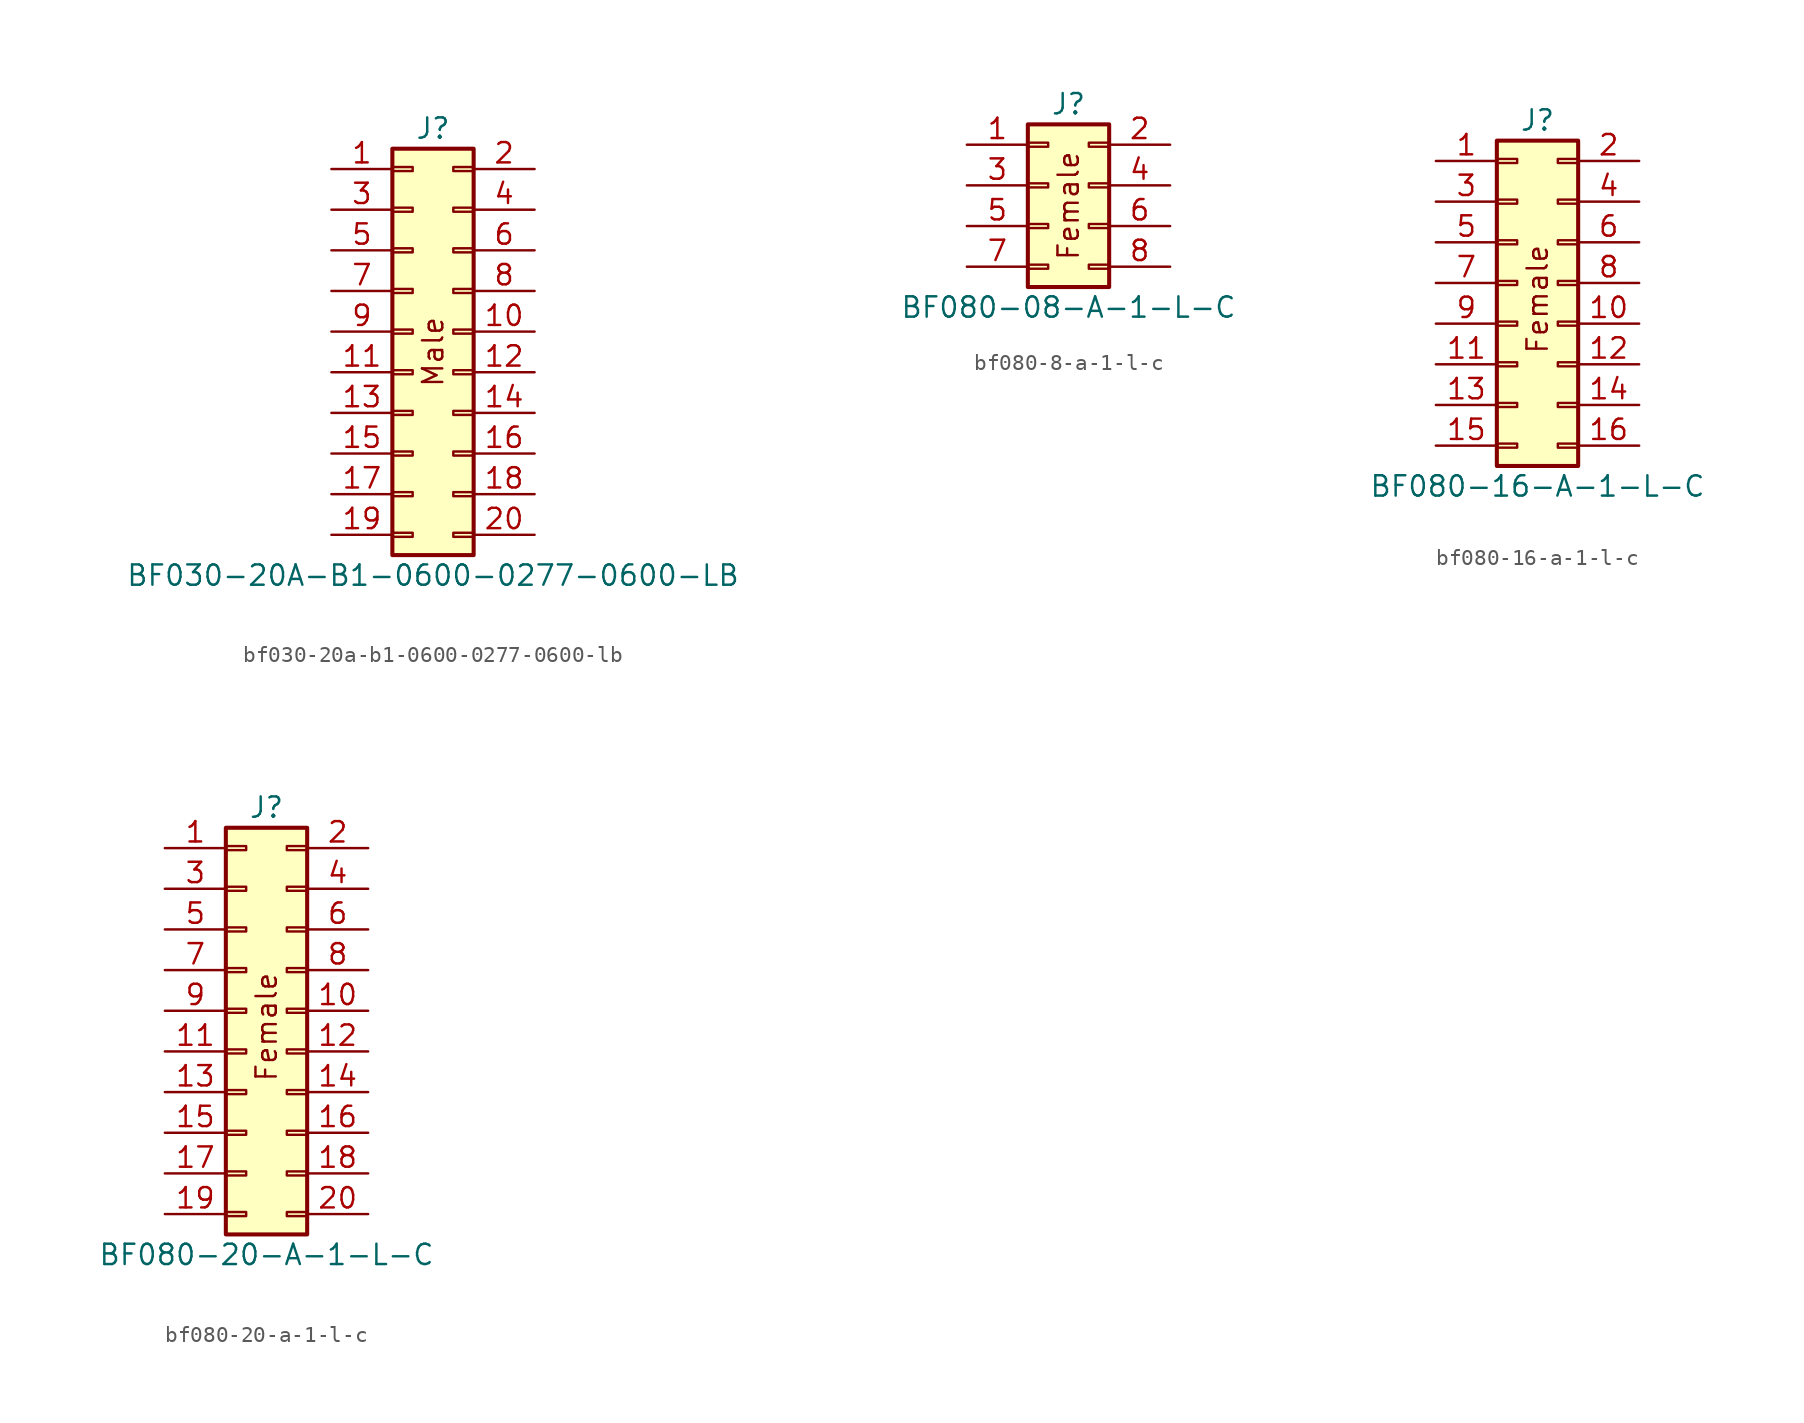
<source format=kicad_sym>
(kicad_symbol_lib
  (version 20231120)
  (generator "kicad_symbol_editor")
  (generator_version "8.0")
  (symbol "bf030-20a-b1-0600-0277-0600-lb"
    (property "Reference" "J"
      (at 0 13.97 0)
      (effects (font (size 1.27 1.27))))
    (property "Value" "BF030-20A-B1-0600-0277-0600-LB"
      (at 0 -13.97 0)
      (effects (font (size 1.27 1.27))))
    (symbol "bf030-20a-b1-0600-0277-0600-lb_1_1"
      (rectangle (start -2.54 -11.303) (end -1.27 -11.557) (stroke (width 0.152) (type default)) (fill (type none)))
      (rectangle (start -2.54 -8.763) (end -1.27 -9.017) (stroke (width 0.152) (type default)) (fill (type none)))
      (rectangle (start -2.54 -6.223) (end -1.27 -6.477) (stroke (width 0.152) (type default)) (fill (type none)))
      (rectangle (start -2.54 -3.683) (end -1.27 -3.937) (stroke (width 0.152) (type default)) (fill (type none)))
      (rectangle (start -2.54 -1.143) (end -1.27 -1.397) (stroke (width 0.152) (type default)) (fill (type none)))
      (rectangle (start -2.54 1.397) (end -1.27 1.143) (stroke (width 0.152) (type default)) (fill (type none)))
      (rectangle (start -2.54 3.937) (end -1.27 3.683) (stroke (width 0.152) (type default)) (fill (type none)))
      (rectangle (start -2.54 6.477) (end -1.27 6.223) (stroke (width 0.152) (type default)) (fill (type none)))
      (rectangle (start -2.54 9.017) (end -1.27 8.763) (stroke (width 0.152) (type default)) (fill (type none)))
      (rectangle (start -2.54 11.557) (end -1.27 11.303) (stroke (width 0.152) (type default)) (fill (type none)))
      (rectangle (start -2.54 12.7) (end 2.54 -12.7) (stroke (width 0.254) (type default)) (fill (type background)))
      (rectangle (start 2.54 -11.303) (end 1.27 -11.557) (stroke (width 0.152) (type default)) (fill (type none)))
      (rectangle (start 2.54 -8.763) (end 1.27 -9.017) (stroke (width 0.152) (type default)) (fill (type none)))
      (rectangle (start 2.54 -6.223) (end 1.27 -6.477) (stroke (width 0.152) (type default)) (fill (type none)))
      (rectangle (start 2.54 -3.683) (end 1.27 -3.937) (stroke (width 0.152) (type default)) (fill (type none)))
      (rectangle (start 2.54 -1.143) (end 1.27 -1.397) (stroke (width 0.152) (type default)) (fill (type none)))
      (rectangle (start 2.54 1.397) (end 1.27 1.143) (stroke (width 0.152) (type default)) (fill (type none)))
      (rectangle (start 2.54 3.937) (end 1.27 3.683) (stroke (width 0.152) (type default)) (fill (type none)))
      (rectangle (start 2.54 6.477) (end 1.27 6.223) (stroke (width 0.152) (type default)) (fill (type none)))
      (rectangle (start 2.54 9.017) (end 1.27 8.763) (stroke (width 0.152) (type default)) (fill (type none)))
      (rectangle (start 2.54 11.557) (end 1.27 11.303) (stroke (width 0.152) (type default)) (fill (type none)))
      (text "Male" (at 0 0 900) (effects (font (size 1.27 1.27))))
      (pin passive line (at -6.35 11.43 0) (length 3.81) (name "" (effects (font (size 1.27 1.27)))) (number "1" (effects (font (size 1.27 1.27)))))
      (pin passive line (at 6.35 1.27 180) (length 3.81) (name "" (effects (font (size 1.27 1.27)))) (number "10" (effects (font (size 1.27 1.27)))))
      (pin passive line (at -6.35 -1.27 0) (length 3.81) (name "" (effects (font (size 1.27 1.27)))) (number "11" (effects (font (size 1.27 1.27)))))
      (pin passive line (at 6.35 -1.27 180) (length 3.81) (name "" (effects (font (size 1.27 1.27)))) (number "12" (effects (font (size 1.27 1.27)))))
      (pin passive line (at -6.35 -3.81 0) (length 3.81) (name "" (effects (font (size 1.27 1.27)))) (number "13" (effects (font (size 1.27 1.27)))))
      (pin passive line (at 6.35 -3.81 180) (length 3.81) (name "" (effects (font (size 1.27 1.27)))) (number "14" (effects (font (size 1.27 1.27)))))
      (pin passive line (at -6.35 -6.35 0) (length 3.81) (name "" (effects (font (size 1.27 1.27)))) (number "15" (effects (font (size 1.27 1.27)))))
      (pin passive line (at 6.35 -6.35 180) (length 3.81) (name "" (effects (font (size 1.27 1.27)))) (number "16" (effects (font (size 1.27 1.27)))))
      (pin passive line (at -6.35 -8.89 0) (length 3.81) (name "" (effects (font (size 1.27 1.27)))) (number "17" (effects (font (size 1.27 1.27)))))
      (pin passive line (at 6.35 -8.89 180) (length 3.81) (name "" (effects (font (size 1.27 1.27)))) (number "18" (effects (font (size 1.27 1.27)))))
      (pin passive line (at -6.35 -11.43 0) (length 3.81) (name "" (effects (font (size 1.27 1.27)))) (number "19" (effects (font (size 1.27 1.27)))))
      (pin passive line (at 6.35 11.43 180) (length 3.81) (name "" (effects (font (size 1.27 1.27)))) (number "2" (effects (font (size 1.27 1.27)))))
      (pin passive line (at 6.35 -11.43 180) (length 3.81) (name "" (effects (font (size 1.27 1.27)))) (number "20" (effects (font (size 1.27 1.27)))))
      (pin passive line (at -6.35 8.89 0) (length 3.81) (name "" (effects (font (size 1.27 1.27)))) (number "3" (effects (font (size 1.27 1.27)))))
      (pin passive line (at 6.35 8.89 180) (length 3.81) (name "" (effects (font (size 1.27 1.27)))) (number "4" (effects (font (size 1.27 1.27)))))
      (pin passive line (at -6.35 6.35 0) (length 3.81) (name "" (effects (font (size 1.27 1.27)))) (number "5" (effects (font (size 1.27 1.27)))))
      (pin passive line (at 6.35 6.35 180) (length 3.81) (name "" (effects (font (size 1.27 1.27)))) (number "6" (effects (font (size 1.27 1.27)))))
      (pin passive line (at -6.35 3.81 0) (length 3.81) (name "" (effects (font (size 1.27 1.27)))) (number "7" (effects (font (size 1.27 1.27)))))
      (pin passive line (at 6.35 3.81 180) (length 3.81) (name "" (effects (font (size 1.27 1.27)))) (number "8" (effects (font (size 1.27 1.27)))))
      (pin passive line (at -6.35 1.27 0) (length 3.81) (name "" (effects (font (size 1.27 1.27)))) (number "9" (effects (font (size 1.27 1.27)))))))
  (symbol "bf080-8-a-1-l-c"
    (property "Reference" "J"
      (at 0 6.35 0)
      (effects (font (size 1.27 1.27))))
    (property "Value" "BF080-08-A-1-L-C"
      (at 0 -6.35 0)
      (effects (font (size 1.27 1.27))))
    (symbol "bf080-8-a-1-l-c_1_1"
      (rectangle (start -2.54 -3.683) (end -1.27 -3.937) (stroke (width 0.152) (type default)) (fill (type none)))
      (rectangle (start -2.54 -1.143) (end -1.27 -1.397) (stroke (width 0.152) (type default)) (fill (type none)))
      (rectangle (start -2.54 1.397) (end -1.27 1.143) (stroke (width 0.152) (type default)) (fill (type none)))
      (rectangle (start -2.54 3.937) (end -1.27 3.683) (stroke (width 0.152) (type default)) (fill (type none)))
      (rectangle (start -2.54 5.08) (end 2.54 -5.08) (stroke (width 0.254) (type default)) (fill (type background)))
      (rectangle (start 2.54 -3.683) (end 1.27 -3.937) (stroke (width 0.152) (type default)) (fill (type none)))
      (rectangle (start 2.54 -1.143) (end 1.27 -1.397) (stroke (width 0.152) (type default)) (fill (type none)))
      (rectangle (start 2.54 1.397) (end 1.27 1.143) (stroke (width 0.152) (type default)) (fill (type none)))
      (rectangle (start 2.54 3.937) (end 1.27 3.683) (stroke (width 0.152) (type default)) (fill (type none)))
      (text "Female" (at 0 0 900) (effects (font (size 1.27 1.27))))
      (pin passive line (at -6.35 3.81 0) (length 3.81) (name "" (effects (font (size 1.27 1.27)))) (number "1" (effects (font (size 1.27 1.27)))))
      (pin passive line (at 6.35 3.81 180) (length 3.81) (name "" (effects (font (size 1.27 1.27)))) (number "2" (effects (font (size 1.27 1.27)))))
      (pin passive line (at -6.35 1.27 0) (length 3.81) (name "" (effects (font (size 1.27 1.27)))) (number "3" (effects (font (size 1.27 1.27)))))
      (pin passive line (at 6.35 1.27 180) (length 3.81) (name "" (effects (font (size 1.27 1.27)))) (number "4" (effects (font (size 1.27 1.27)))))
      (pin passive line (at -6.35 -1.27 0) (length 3.81) (name "" (effects (font (size 1.27 1.27)))) (number "5" (effects (font (size 1.27 1.27)))))
      (pin passive line (at 6.35 -1.27 180) (length 3.81) (name "" (effects (font (size 1.27 1.27)))) (number "6" (effects (font (size 1.27 1.27)))))
      (pin passive line (at -6.35 -3.81 0) (length 3.81) (name "" (effects (font (size 1.27 1.27)))) (number "7" (effects (font (size 1.27 1.27)))))
      (pin passive line (at 6.35 -3.81 180) (length 3.81) (name "" (effects (font (size 1.27 1.27)))) (number "8" (effects (font (size 1.27 1.27)))))))
  (symbol "bf080-16-a-1-l-c"
    (property "Reference" "J"
      (at 0 11.43 0)
      (effects (font (size 1.27 1.27))))
    (property "Value" "BF080-16-A-1-L-C"
      (at 0 -11.43 0)
      (effects (font (size 1.27 1.27))))
    (symbol "bf080-16-a-1-l-c_1_1"
      (rectangle (start -2.54 -8.763) (end -1.27 -9.017) (stroke (width 0.152) (type default)) (fill (type none)))
      (rectangle (start -2.54 -6.223) (end -1.27 -6.477) (stroke (width 0.152) (type default)) (fill (type none)))
      (rectangle (start -2.54 -3.683) (end -1.27 -3.937) (stroke (width 0.152) (type default)) (fill (type none)))
      (rectangle (start -2.54 -1.143) (end -1.27 -1.397) (stroke (width 0.152) (type default)) (fill (type none)))
      (rectangle (start -2.54 1.397) (end -1.27 1.143) (stroke (width 0.152) (type default)) (fill (type none)))
      (rectangle (start -2.54 3.937) (end -1.27 3.683) (stroke (width 0.152) (type default)) (fill (type none)))
      (rectangle (start -2.54 6.477) (end -1.27 6.223) (stroke (width 0.152) (type default)) (fill (type none)))
      (rectangle (start -2.54 9.017) (end -1.27 8.763) (stroke (width 0.152) (type default)) (fill (type none)))
      (rectangle (start -2.54 10.16) (end 2.54 -10.16) (stroke (width 0.254) (type default)) (fill (type background)))
      (rectangle (start 2.54 -8.763) (end 1.27 -9.017) (stroke (width 0.152) (type default)) (fill (type none)))
      (rectangle (start 2.54 -6.223) (end 1.27 -6.477) (stroke (width 0.152) (type default)) (fill (type none)))
      (rectangle (start 2.54 -3.683) (end 1.27 -3.937) (stroke (width 0.152) (type default)) (fill (type none)))
      (rectangle (start 2.54 -1.143) (end 1.27 -1.397) (stroke (width 0.152) (type default)) (fill (type none)))
      (rectangle (start 2.54 1.397) (end 1.27 1.143) (stroke (width 0.152) (type default)) (fill (type none)))
      (rectangle (start 2.54 3.937) (end 1.27 3.683) (stroke (width 0.152) (type default)) (fill (type none)))
      (rectangle (start 2.54 6.477) (end 1.27 6.223) (stroke (width 0.152) (type default)) (fill (type none)))
      (rectangle (start 2.54 9.017) (end 1.27 8.763) (stroke (width 0.152) (type default)) (fill (type none)))
      (text "Female" (at 0 0.254 900) (effects (font (size 1.27 1.27))))
      (pin passive line (at -6.35 8.89 0) (length 3.81) (name "" (effects (font (size 1.27 1.27)))) (number "1" (effects (font (size 1.27 1.27)))))
      (pin passive line (at 6.35 -1.27 180) (length 3.81) (name "" (effects (font (size 1.27 1.27)))) (number "10" (effects (font (size 1.27 1.27)))))
      (pin passive line (at -6.35 -3.81 0) (length 3.81) (name "" (effects (font (size 1.27 1.27)))) (number "11" (effects (font (size 1.27 1.27)))))
      (pin passive line (at 6.35 -3.81 180) (length 3.81) (name "" (effects (font (size 1.27 1.27)))) (number "12" (effects (font (size 1.27 1.27)))))
      (pin passive line (at -6.35 -6.35 0) (length 3.81) (name "" (effects (font (size 1.27 1.27)))) (number "13" (effects (font (size 1.27 1.27)))))
      (pin passive line (at 6.35 -6.35 180) (length 3.81) (name "" (effects (font (size 1.27 1.27)))) (number "14" (effects (font (size 1.27 1.27)))))
      (pin passive line (at -6.35 -8.89 0) (length 3.81) (name "" (effects (font (size 1.27 1.27)))) (number "15" (effects (font (size 1.27 1.27)))))
      (pin passive line (at 6.35 -8.89 180) (length 3.81) (name "" (effects (font (size 1.27 1.27)))) (number "16" (effects (font (size 1.27 1.27)))))
      (pin passive line (at 6.35 8.89 180) (length 3.81) (name "" (effects (font (size 1.27 1.27)))) (number "2" (effects (font (size 1.27 1.27)))))
      (pin passive line (at -6.35 6.35 0) (length 3.81) (name "" (effects (font (size 1.27 1.27)))) (number "3" (effects (font (size 1.27 1.27)))))
      (pin passive line (at 6.35 6.35 180) (length 3.81) (name "" (effects (font (size 1.27 1.27)))) (number "4" (effects (font (size 1.27 1.27)))))
      (pin passive line (at -6.35 3.81 0) (length 3.81) (name "" (effects (font (size 1.27 1.27)))) (number "5" (effects (font (size 1.27 1.27)))))
      (pin passive line (at 6.35 3.81 180) (length 3.81) (name "" (effects (font (size 1.27 1.27)))) (number "6" (effects (font (size 1.27 1.27)))))
      (pin passive line (at -6.35 1.27 0) (length 3.81) (name "" (effects (font (size 1.27 1.27)))) (number "7" (effects (font (size 1.27 1.27)))))
      (pin passive line (at 6.35 1.27 180) (length 3.81) (name "" (effects (font (size 1.27 1.27)))) (number "8" (effects (font (size 1.27 1.27)))))
      (pin passive line (at -6.35 -1.27 0) (length 3.81) (name "" (effects (font (size 1.27 1.27)))) (number "9" (effects (font (size 1.27 1.27)))))))
  (symbol "bf080-20-a-1-l-c"
    (property "Reference" "J"
      (at 0 13.97 0)
      (effects (font (size 1.27 1.27))))
    (property "Value" "BF080-20-A-1-L-C"
      (at 0 -13.97 0)
      (effects (font (size 1.27 1.27))))
    (symbol "bf080-20-a-1-l-c_1_1"
      (rectangle (start -2.54 -11.303) (end -1.27 -11.557) (stroke (width 0.152) (type default)) (fill (type none)))
      (rectangle (start -2.54 -8.763) (end -1.27 -9.017) (stroke (width 0.152) (type default)) (fill (type none)))
      (rectangle (start -2.54 -6.223) (end -1.27 -6.477) (stroke (width 0.152) (type default)) (fill (type none)))
      (rectangle (start -2.54 -3.683) (end -1.27 -3.937) (stroke (width 0.152) (type default)) (fill (type none)))
      (rectangle (start -2.54 -1.143) (end -1.27 -1.397) (stroke (width 0.152) (type default)) (fill (type none)))
      (rectangle (start -2.54 1.397) (end -1.27 1.143) (stroke (width 0.152) (type default)) (fill (type none)))
      (rectangle (start -2.54 3.937) (end -1.27 3.683) (stroke (width 0.152) (type default)) (fill (type none)))
      (rectangle (start -2.54 6.477) (end -1.27 6.223) (stroke (width 0.152) (type default)) (fill (type none)))
      (rectangle (start -2.54 9.017) (end -1.27 8.763) (stroke (width 0.152) (type default)) (fill (type none)))
      (rectangle (start -2.54 11.557) (end -1.27 11.303) (stroke (width 0.152) (type default)) (fill (type none)))
      (rectangle (start -2.54 12.7) (end 2.54 -12.7) (stroke (width 0.254) (type default)) (fill (type background)))
      (rectangle (start 2.54 -11.303) (end 1.27 -11.557) (stroke (width 0.152) (type default)) (fill (type none)))
      (rectangle (start 2.54 -8.763) (end 1.27 -9.017) (stroke (width 0.152) (type default)) (fill (type none)))
      (rectangle (start 2.54 -6.223) (end 1.27 -6.477) (stroke (width 0.152) (type default)) (fill (type none)))
      (rectangle (start 2.54 -3.683) (end 1.27 -3.937) (stroke (width 0.152) (type default)) (fill (type none)))
      (rectangle (start 2.54 -1.143) (end 1.27 -1.397) (stroke (width 0.152) (type default)) (fill (type none)))
      (rectangle (start 2.54 1.397) (end 1.27 1.143) (stroke (width 0.152) (type default)) (fill (type none)))
      (rectangle (start 2.54 3.937) (end 1.27 3.683) (stroke (width 0.152) (type default)) (fill (type none)))
      (rectangle (start 2.54 6.477) (end 1.27 6.223) (stroke (width 0.152) (type default)) (fill (type none)))
      (rectangle (start 2.54 9.017) (end 1.27 8.763) (stroke (width 0.152) (type default)) (fill (type none)))
      (rectangle (start 2.54 11.557) (end 1.27 11.303) (stroke (width 0.152) (type default)) (fill (type none)))
      (text "Female" (at 0 0.254 900) (effects (font (size 1.27 1.27))))
      (pin passive line (at -6.35 11.43 0) (length 3.81) (name "" (effects (font (size 1.27 1.27)))) (number "1" (effects (font (size 1.27 1.27)))))
      (pin passive line (at 6.35 1.27 180) (length 3.81) (name "" (effects (font (size 1.27 1.27)))) (number "10" (effects (font (size 1.27 1.27)))))
      (pin passive line (at -6.35 -1.27 0) (length 3.81) (name "" (effects (font (size 1.27 1.27)))) (number "11" (effects (font (size 1.27 1.27)))))
      (pin passive line (at 6.35 -1.27 180) (length 3.81) (name "" (effects (font (size 1.27 1.27)))) (number "12" (effects (font (size 1.27 1.27)))))
      (pin passive line (at -6.35 -3.81 0) (length 3.81) (name "" (effects (font (size 1.27 1.27)))) (number "13" (effects (font (size 1.27 1.27)))))
      (pin passive line (at 6.35 -3.81 180) (length 3.81) (name "" (effects (font (size 1.27 1.27)))) (number "14" (effects (font (size 1.27 1.27)))))
      (pin passive line (at -6.35 -6.35 0) (length 3.81) (name "" (effects (font (size 1.27 1.27)))) (number "15" (effects (font (size 1.27 1.27)))))
      (pin passive line (at 6.35 -6.35 180) (length 3.81) (name "" (effects (font (size 1.27 1.27)))) (number "16" (effects (font (size 1.27 1.27)))))
      (pin passive line (at -6.35 -8.89 0) (length 3.81) (name "" (effects (font (size 1.27 1.27)))) (number "17" (effects (font (size 1.27 1.27)))))
      (pin passive line (at 6.35 -8.89 180) (length 3.81) (name "" (effects (font (size 1.27 1.27)))) (number "18" (effects (font (size 1.27 1.27)))))
      (pin passive line (at -6.35 -11.43 0) (length 3.81) (name "" (effects (font (size 1.27 1.27)))) (number "19" (effects (font (size 1.27 1.27)))))
      (pin passive line (at 6.35 11.43 180) (length 3.81) (name "" (effects (font (size 1.27 1.27)))) (number "2" (effects (font (size 1.27 1.27)))))
      (pin passive line (at 6.35 -11.43 180) (length 3.81) (name "" (effects (font (size 1.27 1.27)))) (number "20" (effects (font (size 1.27 1.27)))))
      (pin passive line (at -6.35 8.89 0) (length 3.81) (name "" (effects (font (size 1.27 1.27)))) (number "3" (effects (font (size 1.27 1.27)))))
      (pin passive line (at 6.35 8.89 180) (length 3.81) (name "" (effects (font (size 1.27 1.27)))) (number "4" (effects (font (size 1.27 1.27)))))
      (pin passive line (at -6.35 6.35 0) (length 3.81) (name "" (effects (font (size 1.27 1.27)))) (number "5" (effects (font (size 1.27 1.27)))))
      (pin passive line (at 6.35 6.35 180) (length 3.81) (name "" (effects (font (size 1.27 1.27)))) (number "6" (effects (font (size 1.27 1.27)))))
      (pin passive line (at -6.35 3.81 0) (length 3.81) (name "" (effects (font (size 1.27 1.27)))) (number "7" (effects (font (size 1.27 1.27)))))
      (pin passive line (at 6.35 3.81 180) (length 3.81) (name "" (effects (font (size 1.27 1.27)))) (number "8" (effects (font (size 1.27 1.27)))))
      (pin passive line (at -6.35 1.27 0) (length 3.81) (name "" (effects (font (size 1.27 1.27)))) (number "9" (effects (font (size 1.27 1.27))))))))
</source>
